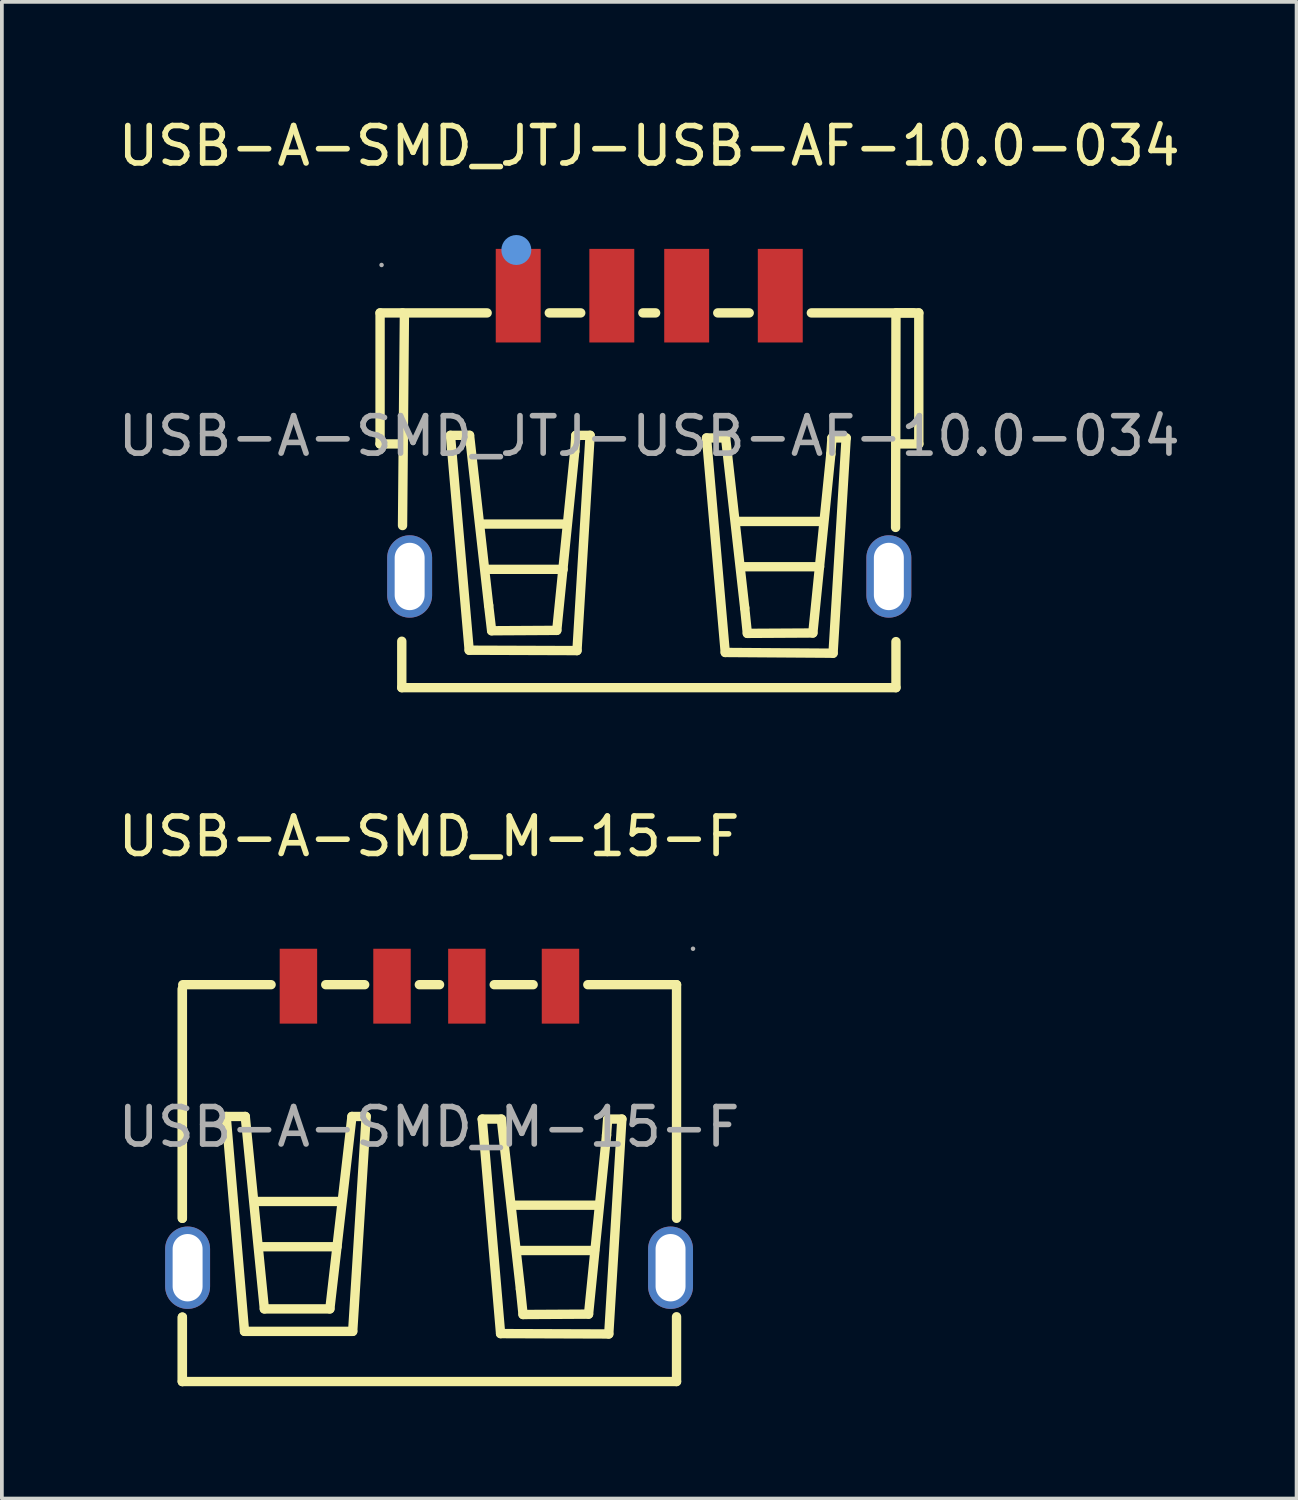
<source format=kicad_pcb>
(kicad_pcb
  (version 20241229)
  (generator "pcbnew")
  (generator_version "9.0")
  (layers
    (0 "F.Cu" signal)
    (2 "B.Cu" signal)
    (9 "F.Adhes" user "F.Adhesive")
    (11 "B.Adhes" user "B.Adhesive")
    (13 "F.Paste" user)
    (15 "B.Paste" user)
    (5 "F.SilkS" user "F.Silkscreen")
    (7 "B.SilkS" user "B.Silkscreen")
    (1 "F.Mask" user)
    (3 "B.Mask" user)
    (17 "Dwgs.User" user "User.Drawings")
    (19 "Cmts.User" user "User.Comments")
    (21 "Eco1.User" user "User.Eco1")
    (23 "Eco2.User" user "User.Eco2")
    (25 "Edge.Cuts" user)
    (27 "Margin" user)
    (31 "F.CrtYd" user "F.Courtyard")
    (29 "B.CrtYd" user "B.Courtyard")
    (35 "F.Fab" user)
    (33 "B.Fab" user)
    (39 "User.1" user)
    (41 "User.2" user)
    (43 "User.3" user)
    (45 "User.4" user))
  (footprint "USB-A-SMD_JTJ-USB-AF-10.0-034"
    (layer "F.Cu")
    (at 14.292 8.598)
    (property "Reference" "USB-A-SMD_JTJ-USB-AF-10.0-034" (at 0 -7.75 0) (layer "F.SilkS") (effects (font (size 1 1) (thickness 0.15))))
    (attr through_hole)
    (fp_line (start -7.19 0.21) (end -7.19 -3.29) (stroke (width 0.25) (type solid)) (layer "F.SilkS"))
    (fp_line (start -6.61 6.72) (end -6.61 5.48) (stroke (width 0.25) (type solid)) (layer "F.SilkS"))
    (fp_line (start -6.61 6.72) (end 6.59 6.72) (stroke (width 0.25) (type solid)) (layer "F.SilkS"))
    (fp_line (start -6.59 -3.29) (end -7.19 -3.29) (stroke (width 0.25) (type solid)) (layer "F.SilkS"))
    (fp_line (start -6.59 -3.29) (end -4.33 -3.29) (stroke (width 0.25) (type solid)) (layer "F.SilkS"))
    (fp_line (start -6.59 0.21) (end -7.19 0.21) (stroke (width 0.25) (type solid)) (layer "F.SilkS"))
    (fp_line (start -6.59 2.39) (end -6.54 -3.24) (stroke (width 0.25) (type solid)) (layer "F.SilkS"))
    (fp_line (start -5.31 -0.02) (end -4.8 -0.02) (stroke (width 0.25) (type solid)) (layer "F.SilkS"))
    (fp_line (start -4.81 5.72) (end -5.31 -0.02) (stroke (width 0.25) (type solid)) (layer "F.SilkS"))
    (fp_line (start -4.8 -0.02) (end -4.29 4.52) (stroke (width 0.25) (type solid)) (layer "F.SilkS"))
    (fp_line (start -4.47 2.35) (end -2.21 2.35) (stroke (width 0.25) (type solid)) (layer "F.SilkS"))
    (fp_line (start -4.33 3.56) (end -2.3 3.56) (stroke (width 0.25) (type solid)) (layer "F.SilkS"))
    (fp_line (start -4.29 4.52) (end -4.21 5.2) (stroke (width 0.25) (type solid)) (layer "F.SilkS"))
    (fp_line (start -4.21 5.2) (end -2.47 5.19) (stroke (width 0.25) (type solid)) (layer "F.SilkS"))
    (fp_line (start -2.67 -3.29) (end -1.83 -3.29) (stroke (width 0.25) (type solid)) (layer "F.SilkS"))
    (fp_line (start -2.47 5.19) (end -1.99 0.41) (stroke (width 0.25) (type solid)) (layer "F.SilkS"))
    (fp_line (start -1.99 0.41) (end -1.96 -0.02) (stroke (width 0.25) (type solid)) (layer "F.SilkS"))
    (fp_line (start -1.96 -0.02) (end -1.58 -0.02) (stroke (width 0.25) (type solid)) (layer "F.SilkS"))
    (fp_line (start -1.93 5.73) (end -4.81 5.72) (stroke (width 0.25) (type solid)) (layer "F.SilkS"))
    (fp_line (start -1.58 -0.02) (end -1.93 5.73) (stroke (width 0.25) (type solid)) (layer "F.SilkS"))
    (fp_line (start -0.17 -3.29) (end 0.17 -3.29) (stroke (width 0.25) (type solid)) (layer "F.SilkS"))
    (fp_line (start 1.53 0.05) (end 2.04 0.05) (stroke (width 0.25) (type solid)) (layer "F.SilkS"))
    (fp_line (start 1.83 -3.29) (end 2.67 -3.29) (stroke (width 0.25) (type solid)) (layer "F.SilkS"))
    (fp_line (start 2.03 5.78) (end 1.53 0.05) (stroke (width 0.25) (type solid)) (layer "F.SilkS"))
    (fp_line (start 2.04 0.05) (end 2.55 4.59) (stroke (width 0.25) (type solid)) (layer "F.SilkS"))
    (fp_line (start 2.38 2.28) (end 4.64 2.28) (stroke (width 0.25) (type solid)) (layer "F.SilkS"))
    (fp_line (start 2.52 3.49) (end 4.55 3.49) (stroke (width 0.25) (type solid)) (layer "F.SilkS"))
    (fp_line (start 2.55 4.59) (end 2.62 5.27) (stroke (width 0.25) (type solid)) (layer "F.SilkS"))
    (fp_line (start 2.62 5.27) (end 4.37 5.26) (stroke (width 0.25) (type solid)) (layer "F.SilkS"))
    (fp_line (start 4.33 -3.29) (end 7.06 -3.29) (stroke (width 0.25) (type solid)) (layer "F.SilkS"))
    (fp_line (start 4.37 5.26) (end 4.85 0.48) (stroke (width 0.25) (type solid)) (layer "F.SilkS"))
    (fp_line (start 4.85 0.48) (end 4.88 0.05) (stroke (width 0.25) (type solid)) (layer "F.SilkS"))
    (fp_line (start 4.88 0.05) (end 5.26 0.05) (stroke (width 0.25) (type solid)) (layer "F.SilkS"))
    (fp_line (start 4.91 5.8) (end 2.03 5.78) (stroke (width 0.25) (type solid)) (layer "F.SilkS"))
    (fp_line (start 5.26 0.05) (end 4.91 5.8) (stroke (width 0.25) (type solid)) (layer "F.SilkS"))
    (fp_line (start 6.58 2.44) (end 6.59 -3.29) (stroke (width 0.25) (type solid)) (layer "F.SilkS"))
    (fp_line (start 6.59 6.72) (end 6.59 5.49) (stroke (width 0.25) (type solid)) (layer "F.SilkS"))
    (fp_line (start 6.6 -3.29) (end 7.2 -3.29) (stroke (width 0.25) (type solid)) (layer "F.SilkS"))
    (fp_line (start 6.6 0.21) (end 7.2 0.21) (stroke (width 0.25) (type solid)) (layer "F.SilkS"))
    (fp_line (start 7.2 -3.29) (end 7.2 0.21) (stroke (width 0.25) (type solid)) (layer "F.SilkS"))
    (fp_circle (center -3.55 -4.97) (end -3.35 -4.97) (stroke (width 0.4) (type solid)) (fill no) (layer "Cmts.User"))
    (fp_circle (center -7.15 -4.57) (end -7.12 -4.57) (stroke (width 0.06) (type solid)) (fill no) (layer "F.Fab"))
    (fp_text user "${REFERENCE}" (at 0 0 0) (layer "F.Fab") (effects (font (size 1 1) (thickness 0.15))))
    (pad "1" smd rect (at -3.5 -3.75 180) (size 1.2 2.5) (layers "F.Cu" "F.Mask" "F.Paste"))
    (pad "2" smd rect (at -1 -3.75 180) (size 1.2 2.5) (layers "F.Cu" "F.Mask" "F.Paste"))
    (pad "3" smd rect (at 1 -3.75 180) (size 1.2 2.5) (layers "F.Cu" "F.Mask" "F.Paste"))
    (pad "4" smd rect (at 3.5 -3.75 180) (size 1.2 2.5) (layers "F.Cu" "F.Mask" "F.Paste"))
    (pad "5" thru_hole oval (at 6.4 3.75 90) (size 2.2 1.2) (drill oval 1.799 0.8) (layers "*.Cu" "*.Paste" "*.Mask"))
    (pad "6" thru_hole oval (at -6.4 3.75 270) (size 2.2 1.2) (drill oval 1.799 0.8) (layers "*.Cu" "*.Paste" "*.Mask")))
  (footprint "USB-A-SMD_M-15-F"
    (layer "F.Cu")
    (at 8.411 27.052)
    (property "Reference" "USB-A-SMD_M-15-F" (at 0 -7.76 0) (layer "F.SilkS") (effects (font (size 1 1) (thickness 0.15))))
    (attr through_hole)
    (fp_line (start -6.59 2.44) (end -6.59 -3.69) (stroke (width 0.25) (type solid)) (layer "F.SilkS"))
    (fp_line (start -6.59 2.44) (end -6.59 -3.69) (stroke (width 0.25) (type solid)) (layer "F.SilkS"))
    (fp_line (start -6.59 6.8) (end -6.59 5.08) (stroke (width 0.25) (type solid)) (layer "F.SilkS"))
    (fp_line (start -6.59 6.8) (end -6.59 5.08) (stroke (width 0.25) (type solid)) (layer "F.SilkS"))
    (fp_line (start -6.59 6.8) (end 6.61 6.8) (stroke (width 0.25) (type solid)) (layer "F.SilkS"))
    (fp_line (start -6.58 -3.8) (end -4.22 -3.8) (stroke (width 0.25) (type solid)) (layer "F.SilkS"))
    (fp_line (start -5.42 -0.28) (end -4.91 -0.28) (stroke (width 0.25) (type solid)) (layer "F.SilkS"))
    (fp_line (start -4.93 5.46) (end -5.42 -0.28) (stroke (width 0.25) (type solid)) (layer "F.SilkS"))
    (fp_line (start -4.91 -0.28) (end -4.4 4.86) (stroke (width 0.25) (type solid)) (layer "F.SilkS"))
    (fp_line (start -4.63 1.99) (end -2.37 1.99) (stroke (width 0.25) (type solid)) (layer "F.SilkS"))
    (fp_line (start -4.49 3.2) (end -2.46 3.2) (stroke (width 0.25) (type solid)) (layer "F.SilkS"))
    (fp_line (start -4.4 4.86) (end -2.65 4.86) (stroke (width 0.25) (type solid)) (layer "F.SilkS"))
    (fp_line (start -2.76 -3.8) (end -1.72 -3.8) (stroke (width 0.25) (type solid)) (layer "F.SilkS"))
    (fp_line (start -2.65 4.86) (end -2.06 -0.28) (stroke (width 0.25) (type solid)) (layer "F.SilkS"))
    (fp_line (start -2.06 -0.28) (end -1.68 -0.28) (stroke (width 0.25) (type solid)) (layer "F.SilkS"))
    (fp_line (start -2.04 5.46) (end -4.93 5.46) (stroke (width 0.25) (type solid)) (layer "F.SilkS"))
    (fp_line (start -1.68 -0.28) (end -2.04 5.46) (stroke (width 0.25) (type solid)) (layer "F.SilkS"))
    (fp_line (start -0.26 -3.8) (end 0.28 -3.8) (stroke (width 0.25) (type solid)) (layer "F.SilkS"))
    (fp_line (start 1.42 -0.21) (end 1.93 -0.21) (stroke (width 0.25) (type solid)) (layer "F.SilkS"))
    (fp_line (start 1.74 -3.8) (end 2.78 -3.8) (stroke (width 0.25) (type solid)) (layer "F.SilkS"))
    (fp_line (start 1.91 5.52) (end 1.42 -0.21) (stroke (width 0.25) (type solid)) (layer "F.SilkS"))
    (fp_line (start 1.93 -0.21) (end 2.44 4.33) (stroke (width 0.25) (type solid)) (layer "F.SilkS"))
    (fp_line (start 2.25 2.09) (end 4.51 2.09) (stroke (width 0.25) (type solid)) (layer "F.SilkS"))
    (fp_line (start 2.39 3.3) (end 4.42 3.3) (stroke (width 0.25) (type solid)) (layer "F.SilkS"))
    (fp_line (start 2.44 4.33) (end 2.51 5.01) (stroke (width 0.25) (type solid)) (layer "F.SilkS"))
    (fp_line (start 2.51 5.01) (end 4.26 5) (stroke (width 0.25) (type solid)) (layer "F.SilkS"))
    (fp_line (start 4.24 -3.8) (end 6.61 -3.8) (stroke (width 0.25) (type solid)) (layer "F.SilkS"))
    (fp_line (start 4.26 5) (end 4.74 0.22) (stroke (width 0.25) (type solid)) (layer "F.SilkS"))
    (fp_line (start 4.74 0.22) (end 4.77 -0.21) (stroke (width 0.25) (type solid)) (layer "F.SilkS"))
    (fp_line (start 4.77 -0.21) (end 5.15 -0.21) (stroke (width 0.25) (type solid)) (layer "F.SilkS"))
    (fp_line (start 4.8 5.53) (end 1.91 5.52) (stroke (width 0.25) (type solid)) (layer "F.SilkS"))
    (fp_line (start 5.15 -0.21) (end 4.8 5.53) (stroke (width 0.25) (type solid)) (layer "F.SilkS"))
    (fp_line (start 6.61 -3.8) (end 6.61 2.44) (stroke (width 0.25) (type solid)) (layer "F.SilkS"))
    (fp_line (start 6.61 5.07) (end 6.61 6.8) (stroke (width 0.25) (type solid)) (layer "F.SilkS"))
    (fp_circle (center 7.05 -4.76) (end 7.08 -4.76) (stroke (width 0.06) (type solid)) (fill no) (layer "F.Fab"))
    (fp_text user "${REFERENCE}" (at 0 0 0) (layer "F.Fab") (effects (font (size 1 1) (thickness 0.15))))
    (pad "1" smd rect (at 3.51 -3.76) (size 1 2) (layers "F.Cu" "F.Mask" "F.Paste"))
    (pad "2" smd rect (at 1.01 -3.76) (size 1 2) (layers "F.Cu" "F.Mask" "F.Paste"))
    (pad "3" smd rect (at -0.99 -3.76) (size 1 2) (layers "F.Cu" "F.Mask" "F.Paste"))
    (pad "4" smd rect (at -3.49 -3.76) (size 1 2) (layers "F.Cu" "F.Mask" "F.Paste"))
    (pad "5" thru_hole oval (at -6.45 3.76 270) (size 2.2 1.2) (drill oval 1.8 0.8) (layers "*.Cu" "*.Paste" "*.Mask"))
    (pad "6" thru_hole oval (at 6.45 3.76 90) (size 2.2 1.2) (drill oval 1.8 0.8) (layers "*.Cu" "*.Paste" "*.Mask")))
  (gr_rect
    (start -3 -3)
    (end 31.583 36.977)
    (stroke (width 0.1) (type default))
    (fill no)
    (layer "Edge.Cuts")))
</source>
